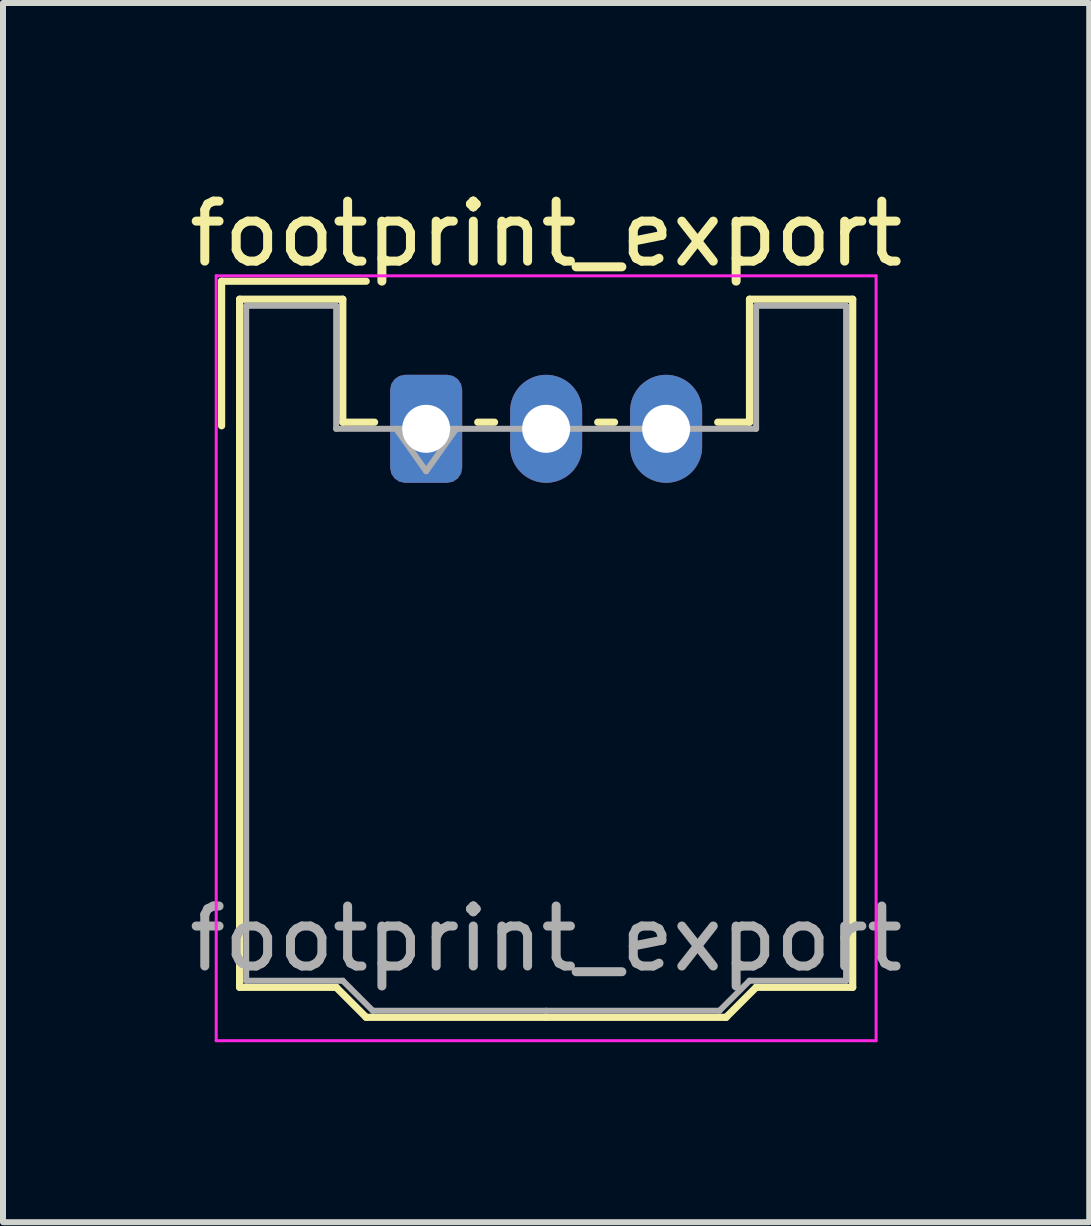
<source format=kicad_pcb>
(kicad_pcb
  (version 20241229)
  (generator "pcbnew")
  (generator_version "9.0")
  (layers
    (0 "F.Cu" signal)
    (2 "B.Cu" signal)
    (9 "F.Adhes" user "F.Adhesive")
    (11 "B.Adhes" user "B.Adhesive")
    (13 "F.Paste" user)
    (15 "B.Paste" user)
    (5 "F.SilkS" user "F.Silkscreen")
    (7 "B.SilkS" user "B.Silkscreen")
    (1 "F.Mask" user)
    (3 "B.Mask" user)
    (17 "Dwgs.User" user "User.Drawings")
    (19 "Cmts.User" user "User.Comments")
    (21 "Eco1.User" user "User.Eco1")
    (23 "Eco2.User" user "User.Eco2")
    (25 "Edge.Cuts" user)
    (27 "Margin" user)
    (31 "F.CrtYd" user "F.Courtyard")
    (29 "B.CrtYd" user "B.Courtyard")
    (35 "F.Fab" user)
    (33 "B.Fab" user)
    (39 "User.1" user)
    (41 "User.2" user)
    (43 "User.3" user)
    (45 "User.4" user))
  (footprint "footprint_export"
    (layer "F.Cu")
    (at 4.054 4.098)
    (property "Reference" "footprint_export" (at 2 -3.25 0) (layer "F.SilkS") (effects (font (size 1 1) (thickness 0.15))))
    (attr through_hole)
    (fp_line (start -3.41 -2.46) (end -1 -2.46) (stroke (width 0.12) (type solid)) (layer "F.SilkS"))
    (fp_line (start -3.41 -0.05) (end -3.41 -2.46) (stroke (width 0.12) (type solid)) (layer "F.SilkS"))
    (fp_line (start -3.11 -2.16) (end -1.39 -2.16) (stroke (width 0.12) (type solid)) (layer "F.SilkS"))
    (fp_line (start -3.11 9.31) (end -3.11 -2.16) (stroke (width 0.12) (type solid)) (layer "F.SilkS"))
    (fp_line (start -1.5 9.31) (end -3.11 9.31) (stroke (width 0.12) (type solid)) (layer "F.SilkS"))
    (fp_line (start -1.39 -2.16) (end -1.39 -0.11) (stroke (width 0.12) (type solid)) (layer "F.SilkS"))
    (fp_line (start -1.39 -0.11) (end -0.86 -0.11) (stroke (width 0.12) (type solid)) (layer "F.SilkS"))
    (fp_line (start -1 9.81) (end -1.5 9.31) (stroke (width 0.12) (type solid)) (layer "F.SilkS"))
    (fp_line (start 0.86 -0.11) (end 1.14 -0.11) (stroke (width 0.12) (type solid)) (layer "F.SilkS"))
    (fp_line (start 2 9.81) (end -1 9.81) (stroke (width 0.12) (type solid)) (layer "F.SilkS"))
    (fp_line (start 2 9.81) (end 5 9.81) (stroke (width 0.12) (type solid)) (layer "F.SilkS"))
    (fp_line (start 2.86 -0.11) (end 3.14 -0.11) (stroke (width 0.12) (type solid)) (layer "F.SilkS"))
    (fp_line (start 5 9.81) (end 5.5 9.31) (stroke (width 0.12) (type solid)) (layer "F.SilkS"))
    (fp_line (start 5.39 -2.16) (end 5.39 -0.11) (stroke (width 0.12) (type solid)) (layer "F.SilkS"))
    (fp_line (start 5.39 -0.11) (end 4.86 -0.11) (stroke (width 0.12) (type solid)) (layer "F.SilkS"))
    (fp_line (start 5.5 9.31) (end 7.11 9.31) (stroke (width 0.12) (type solid)) (layer "F.SilkS"))
    (fp_line (start 7.11 -2.16) (end 5.39 -2.16) (stroke (width 0.12) (type solid)) (layer "F.SilkS"))
    (fp_line (start 7.11 9.31) (end 7.11 -2.16) (stroke (width 0.12) (type solid)) (layer "F.SilkS"))
    (fp_line (start -3.5 -2.55) (end -3.5 10.2) (stroke (width 0.05) (type solid)) (layer "F.CrtYd"))
    (fp_line (start -3.5 10.2) (end 7.5 10.2) (stroke (width 0.05) (type solid)) (layer "F.CrtYd"))
    (fp_line (start 7.5 -2.55) (end -3.5 -2.55) (stroke (width 0.05) (type solid)) (layer "F.CrtYd"))
    (fp_line (start 7.5 10.2) (end 7.5 -2.55) (stroke (width 0.05) (type solid)) (layer "F.CrtYd"))
    (fp_line (start -3 -2.05) (end -1.5 -2.05) (stroke (width 0.1) (type solid)) (layer "F.Fab"))
    (fp_line (start -3 9.2) (end -3 -2.05) (stroke (width 0.1) (type solid)) (layer "F.Fab"))
    (fp_line (start -1.5 -2.05) (end -1.5 0) (stroke (width 0.1) (type solid)) (layer "F.Fab"))
    (fp_line (start -1.5 0) (end 2 0) (stroke (width 0.1) (type solid)) (layer "F.Fab"))
    (fp_line (start -1.39 9.2) (end -3 9.2) (stroke (width 0.1) (type solid)) (layer "F.Fab"))
    (fp_line (start -0.89 9.7) (end -1.39 9.2) (stroke (width 0.1) (type solid)) (layer "F.Fab"))
    (fp_line (start -0.5 0) (end 0 0.707) (stroke (width 0.1) (type solid)) (layer "F.Fab"))
    (fp_line (start 0 0.707) (end 0.5 0) (stroke (width 0.1) (type solid)) (layer "F.Fab"))
    (fp_line (start 2 9.7) (end -0.89 9.7) (stroke (width 0.1) (type solid)) (layer "F.Fab"))
    (fp_line (start 2 9.7) (end 4.89 9.7) (stroke (width 0.1) (type solid)) (layer "F.Fab"))
    (fp_line (start 4.89 9.7) (end 5.39 9.2) (stroke (width 0.1) (type solid)) (layer "F.Fab"))
    (fp_line (start 5.39 9.2) (end 7 9.2) (stroke (width 0.1) (type solid)) (layer "F.Fab"))
    (fp_line (start 5.5 -2.05) (end 5.5 0) (stroke (width 0.1) (type solid)) (layer "F.Fab"))
    (fp_line (start 5.5 0) (end 2 0) (stroke (width 0.1) (type solid)) (layer "F.Fab"))
    (fp_line (start 7 -2.05) (end 5.5 -2.05) (stroke (width 0.1) (type solid)) (layer "F.Fab"))
    (fp_line (start 7 9.2) (end 7 -2.05) (stroke (width 0.1) (type solid)) (layer "F.Fab"))
    (fp_text user "${REFERENCE}" (at 2 8.5 0) (layer "F.Fab") (effects (font (size 1 1) (thickness 0.15))))
    (pad "1" thru_hole roundrect (at 0 0) (size 1.2 1.8) (drill 0.8) (layers "*.Cu" "*.Mask") (roundrect_rratio 0.208))
    (pad "2" thru_hole oval (at 2 0) (size 1.2 1.8) (drill 0.8) (layers "*.Cu" "*.Mask"))
    (pad "3" thru_hole oval (at 4 0) (size 1.2 1.8) (drill 0.8) (layers "*.Cu" "*.Mask")))
  (gr_rect
    (start -3 -3)
    (end 15.107 17.323)
    (stroke (width 0.1) (type default))
    (fill no)
    (layer "Edge.Cuts")))
</source>
